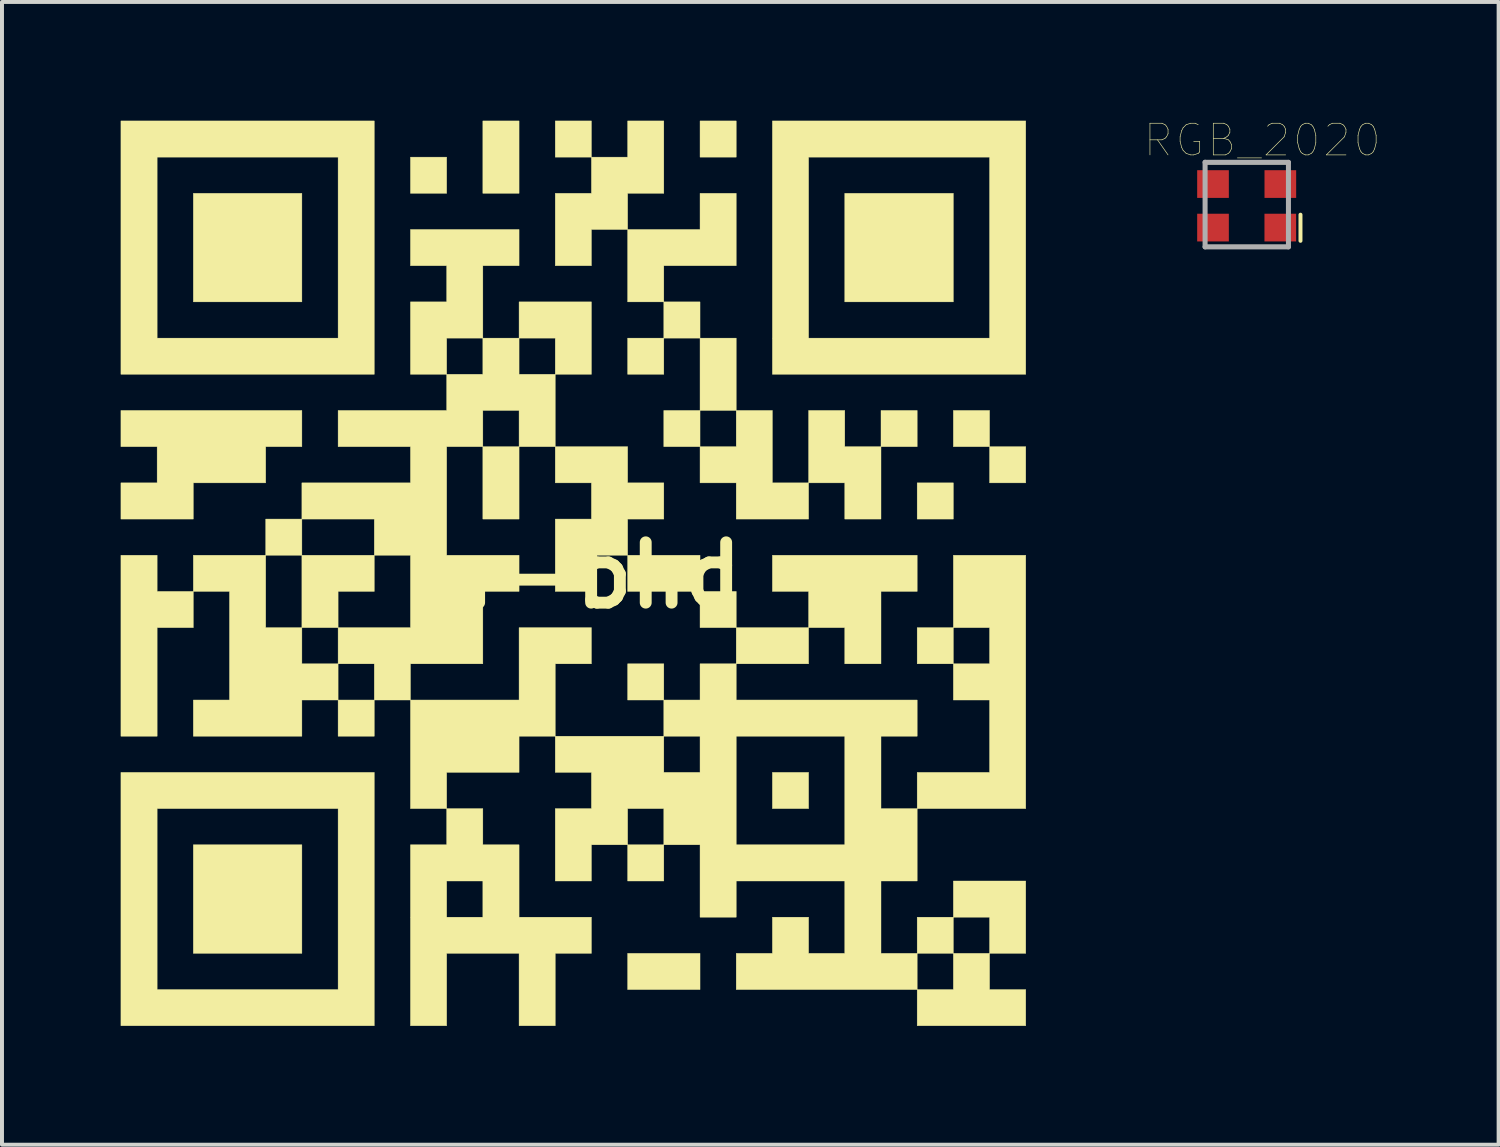
<source format=kicad_pcb>
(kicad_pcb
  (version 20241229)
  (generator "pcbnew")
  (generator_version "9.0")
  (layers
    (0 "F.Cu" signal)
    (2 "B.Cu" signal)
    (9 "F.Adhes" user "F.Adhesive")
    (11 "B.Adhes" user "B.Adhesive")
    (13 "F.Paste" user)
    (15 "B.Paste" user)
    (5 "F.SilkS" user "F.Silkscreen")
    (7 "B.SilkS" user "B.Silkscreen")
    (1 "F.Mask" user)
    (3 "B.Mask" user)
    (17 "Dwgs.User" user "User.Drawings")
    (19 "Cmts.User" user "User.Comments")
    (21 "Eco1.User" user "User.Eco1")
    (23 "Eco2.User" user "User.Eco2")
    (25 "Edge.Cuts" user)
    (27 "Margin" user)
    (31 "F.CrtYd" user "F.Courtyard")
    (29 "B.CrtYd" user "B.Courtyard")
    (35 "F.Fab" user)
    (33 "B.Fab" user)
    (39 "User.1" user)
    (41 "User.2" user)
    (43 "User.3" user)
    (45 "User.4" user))
  (footprint "qr-bhd"
    (layer "F.Cu")
    (at 11.486 11.486)
    (property "Reference" "qr-bhd" (at 0 0 0) (layer "F.SilkS") (effects (font (size 1.524 1.524) (thickness 0.3))))
    (attr through_hole)
    (fp_poly (pts (xy -6.909 -6.909) (xy -9.652 -6.909) (xy -9.652 -9.652) (xy -6.909 -9.652) (xy -6.909 -6.909)) (stroke (width 0.01) (type solid)) (fill yes) (layer "F.SilkS"))
    (fp_poly (pts (xy -6.909 9.55) (xy -9.652 9.55) (xy -9.652 6.807) (xy -6.909 6.807) (xy -6.909 9.55)) (stroke (width 0.01) (type solid)) (fill yes) (layer "F.SilkS"))
    (fp_poly (pts (xy -3.251 -9.652) (xy -4.166 -9.652) (xy -4.166 -10.566) (xy -3.251 -10.566) (xy -3.251 -9.652)) (stroke (width 0.01) (type solid)) (fill yes) (layer "F.SilkS"))
    (fp_poly (pts (xy -1.422 -9.652) (xy -2.337 -9.652) (xy -2.337 -11.481) (xy -1.422 -11.481) (xy -1.422 -9.652)) (stroke (width 0.01) (type solid)) (fill yes) (layer "F.SilkS"))
    (fp_poly (pts (xy -1.422 -1.422) (xy -2.337 -1.422) (xy -2.337 -3.251) (xy -1.422 -3.251) (xy -1.422 -1.422)) (stroke (width 0.01) (type solid)) (fill yes) (layer "F.SilkS"))
    (fp_poly (pts (xy -0.508 -10.566) (xy -0.508 -11.481) (xy 0.406 -11.481) (xy 0.406 -10.566) (xy -0.508 -10.566)) (stroke (width 0.01) (type solid)) (fill yes) (layer "F.SilkS"))
    (fp_poly (pts (xy 1.321 0.406) (xy 1.321 -0.508) (xy 3.15 -0.508) (xy 3.15 0.406) (xy 1.321 0.406)) (stroke (width 0.01) (type solid)) (fill yes) (layer "F.SilkS"))
    (fp_poly (pts (xy 2.235 -6.909) (xy 3.15 -6.909) (xy 3.15 -5.994) (xy 2.235 -5.994) (xy 2.235 -6.909)) (stroke (width 0.01) (type solid)) (fill yes) (layer "F.SilkS"))
    (fp_poly (pts (xy 2.235 -5.08) (xy 1.321 -5.08) (xy 1.321 -5.994) (xy 2.235 -5.994) (xy 2.235 -5.08)) (stroke (width 0.01) (type solid)) (fill yes) (layer "F.SilkS"))
    (fp_poly (pts (xy 2.235 -3.251) (xy 2.235 -4.166) (xy 3.15 -4.166) (xy 3.15 -3.251) (xy 2.235 -3.251)) (stroke (width 0.01) (type solid)) (fill yes) (layer "F.SilkS"))
    (fp_poly (pts (xy 2.235 3.15) (xy 1.321 3.15) (xy 1.321 2.235) (xy 2.235 2.235) (xy 2.235 3.15)) (stroke (width 0.01) (type solid)) (fill yes) (layer "F.SilkS"))
    (fp_poly (pts (xy 3.15 -5.994) (xy 4.064 -5.994) (xy 4.064 -4.166) (xy 3.15 -4.166) (xy 3.15 -5.994)) (stroke (width 0.01) (type solid)) (fill yes) (layer "F.SilkS"))
    (fp_poly (pts (xy 3.15 1.321) (xy 3.15 0.406) (xy 4.064 0.406) (xy 4.064 1.321) (xy 3.15 1.321)) (stroke (width 0.01) (type solid)) (fill yes) (layer "F.SilkS"))
    (fp_poly (pts (xy 3.15 10.465) (xy 1.321 10.465) (xy 1.321 9.55) (xy 3.15 9.55) (xy 3.15 10.465)) (stroke (width 0.01) (type solid)) (fill yes) (layer "F.SilkS"))
    (fp_poly (pts (xy 4.064 -10.566) (xy 3.15 -10.566) (xy 3.15 -11.481) (xy 4.064 -11.481) (xy 4.064 -10.566)) (stroke (width 0.01) (type solid)) (fill yes) (layer "F.SilkS"))
    (fp_poly (pts (xy 5.893 2.235) (xy 4.064 2.235) (xy 4.064 1.321) (xy 5.893 1.321) (xy 5.893 2.235)) (stroke (width 0.01) (type solid)) (fill yes) (layer "F.SilkS"))
    (fp_poly (pts (xy 5.893 5.893) (xy 4.978 5.893) (xy 4.978 4.978) (xy 5.893 4.978) (xy 5.893 5.893)) (stroke (width 0.01) (type solid)) (fill yes) (layer "F.SilkS"))
    (fp_poly (pts (xy 7.722 -4.166) (xy 8.636 -4.166) (xy 8.636 -3.251) (xy 7.722 -3.251) (xy 7.722 -4.166)) (stroke (width 0.01) (type solid)) (fill yes) (layer "F.SilkS"))
    (fp_poly (pts (xy 9.55 -6.909) (xy 6.807 -6.909) (xy 6.807 -9.652) (xy 9.55 -9.652) (xy 9.55 -6.909)) (stroke (width 0.01) (type solid)) (fill yes) (layer "F.SilkS"))
    (fp_poly (pts (xy 9.55 -3.251) (xy 9.55 -4.166) (xy 10.465 -4.166) (xy 10.465 -3.251) (xy 9.55 -3.251)) (stroke (width 0.01) (type solid)) (fill yes) (layer "F.SilkS"))
    (fp_poly (pts (xy 9.55 -1.422) (xy 8.636 -1.422) (xy 8.636 -2.337) (xy 9.55 -2.337) (xy 9.55 -1.422)) (stroke (width 0.01) (type solid)) (fill yes) (layer "F.SilkS"))
    (fp_poly (pts (xy 11.379 -3.251) (xy 11.379 -2.337) (xy 10.465 -2.337) (xy 10.465 -3.251) (xy 11.379 -3.251)) (stroke (width 0.01) (type solid)) (fill yes) (layer "F.SilkS"))
    (fp_poly (pts (xy -5.08 0.406) (xy -5.994 0.406) (xy -5.994 1.321) (xy -6.909 1.321) (xy -6.909 -0.508) (xy -5.08 -0.508) (xy -5.08 0.406)) (stroke (width 0.01) (type solid)) (fill yes) (layer "F.SilkS"))
    (fp_poly (pts (xy -9.652 1.321) (xy -10.566 1.321) (xy -10.566 4.064) (xy -11.481 4.064) (xy -11.481 -0.508) (xy -10.566 -0.508) (xy -10.566 0.406) (xy -9.652 0.406) (xy -9.652 1.321)) (stroke (width 0.01) (type solid)) (fill yes) (layer "F.SilkS"))
    (fp_poly (pts (xy 1.321 -6.909) (xy 1.321 -8.738) (xy 3.15 -8.738) (xy 3.15 -9.652) (xy 4.064 -9.652) (xy 4.064 -7.823) (xy 2.235 -7.823) (xy 2.235 -6.909) (xy 1.321 -6.909)) (stroke (width 0.01) (type solid)) (fill yes) (layer "F.SilkS"))
    (fp_poly (pts (xy 7.722 -1.422) (xy 6.807 -1.422) (xy 6.807 -2.337) (xy 5.893 -2.337) (xy 5.893 -4.166) (xy 6.807 -4.166) (xy 6.807 -3.251) (xy 7.722 -3.251) (xy 7.722 -1.422)) (stroke (width 0.01) (type solid)) (fill yes) (layer "F.SilkS"))
    (fp_poly (pts (xy 5.893 -1.422) (xy 4.064 -1.422) (xy 4.064 -2.337) (xy 3.15 -2.337) (xy 3.15 -3.251) (xy 4.064 -3.251) (xy 4.064 -4.166) (xy 4.978 -4.166) (xy 4.978 -2.337) (xy 5.893 -2.337) (xy 5.893 -1.422)) (stroke (width 0.01) (type solid)) (fill yes) (layer "F.SilkS"))
    (fp_poly (pts (xy 5.893 0.406) (xy 4.978 0.406) (xy 4.978 -0.508) (xy 8.636 -0.508) (xy 8.636 0.406) (xy 7.722 0.406) (xy 7.722 2.235) (xy 6.807 2.235) (xy 6.807 1.321) (xy 5.893 1.321) (xy 5.893 0.406)) (stroke (width 0.01) (type solid)) (fill yes) (layer "F.SilkS"))
    (fp_poly (pts (xy -5.08 -5.08) (xy -11.481 -5.08) (xy -11.481 -10.566) (xy -10.566 -10.566) (xy -10.566 -5.994) (xy -5.994 -5.994) (xy -5.994 -10.566) (xy -10.566 -10.566) (xy -11.481 -10.566) (xy -11.481 -11.481) (xy -5.08 -11.481) (xy -5.08 -5.08)) (stroke (width 0.01) (type solid)) (fill yes) (layer "F.SilkS"))
    (fp_poly (pts (xy -5.08 11.379) (xy -11.481 11.379) (xy -11.481 5.893) (xy -10.566 5.893) (xy -10.566 10.465) (xy -5.994 10.465) (xy -5.994 5.893) (xy -10.566 5.893) (xy -11.481 5.893) (xy -11.481 4.978) (xy -5.08 4.978) (xy -5.08 11.379)) (stroke (width 0.01) (type solid)) (fill yes) (layer "F.SilkS"))
    (fp_poly (pts (xy 11.379 -5.08) (xy 4.978 -5.08) (xy 4.978 -10.566) (xy 5.893 -10.566) (xy 5.893 -5.994) (xy 10.465 -5.994) (xy 10.465 -10.566) (xy 5.893 -10.566) (xy 4.978 -10.566) (xy 4.978 -11.481) (xy 11.379 -11.481) (xy 11.379 -5.08)) (stroke (width 0.01) (type solid)) (fill yes) (layer "F.SilkS"))
    (fp_poly (pts (xy -6.909 -3.251) (xy -7.823 -3.251) (xy -7.823 -2.337) (xy -9.652 -2.337) (xy -9.652 -1.422) (xy -11.481 -1.422) (xy -11.481 -2.337) (xy -10.566 -2.337) (xy -10.566 -3.251) (xy -11.481 -3.251) (xy -11.481 -4.166) (xy -6.909 -4.166) (xy -6.909 -3.251)) (stroke (width 0.01) (type solid)) (fill yes) (layer "F.SilkS"))
    (fp_poly (pts (xy -4.166 5.893) (xy -4.166 3.15) (xy -1.422 3.15) (xy -1.422 1.321) (xy 0.406 1.321) (xy 0.406 2.235) (xy -0.508 2.235) (xy -0.508 4.064) (xy -1.422 4.064) (xy -1.422 4.978) (xy -3.251 4.978) (xy -3.251 5.893) (xy -4.166 5.893)) (stroke (width 0.01) (type solid)) (fill yes) (layer "F.SilkS"))
    (fp_poly (pts (xy 0.406 -8.738) (xy 0.406 -7.823) (xy -0.508 -7.823) (xy -0.508 -9.652) (xy 0.406 -9.652) (xy 0.406 -10.566) (xy 1.321 -10.566) (xy 1.321 -11.481) (xy 2.235 -11.481) (xy 2.235 -9.652) (xy 1.321 -9.652) (xy 1.321 -8.738) (xy 0.406 -8.738)) (stroke (width 0.01) (type solid)) (fill yes) (layer "F.SilkS"))
    (fp_poly (pts (xy 1.321 -3.251) (xy 1.321 -2.337) (xy 2.235 -2.337) (xy 2.235 -1.422) (xy 1.321 -1.422) (xy 1.321 -0.508) (xy 0.406 -0.508) (xy 0.406 0.406) (xy -0.508 0.406) (xy -0.508 -1.422) (xy 0.406 -1.422) (xy 0.406 -2.337) (xy -0.508 -2.337) (xy -0.508 -3.251) (xy 1.321 -3.251)) (stroke (width 0.01) (type solid)) (fill yes) (layer "F.SilkS"))
    (fp_poly (pts (xy 8.636 4.978) (xy 10.465 4.978) (xy 10.465 3.15) (xy 9.55 3.15) (xy 9.55 2.235) (xy 8.636 2.235) (xy 8.636 1.321) (xy 9.55 1.321) (xy 9.55 2.235) (xy 10.465 2.235) (xy 10.465 1.321) (xy 9.55 1.321) (xy 9.55 -0.508) (xy 11.379 -0.508) (xy 11.379 5.893) (xy 8.636 5.893) (xy 8.636 4.978)) (stroke (width 0.01) (type solid)) (fill yes) (layer "F.SilkS"))
    (fp_poly (pts (xy -2.337 5.893) (xy -2.337 6.807) (xy -1.422 6.807) (xy -1.422 8.636) (xy 0.406 8.636) (xy 0.406 9.55) (xy -0.508 9.55) (xy -0.508 11.379) (xy -1.422 11.379) (xy -1.422 9.55) (xy -3.251 9.55) (xy -3.251 11.379) (xy -4.166 11.379) (xy -4.166 7.722) (xy -3.251 7.722) (xy -3.251 8.636) (xy -2.337 8.636) (xy -2.337 7.722) (xy -3.251 7.722) (xy -4.166 7.722) (xy -4.166 6.807) (xy -3.251 6.807) (xy -3.251 5.893) (xy -2.337 5.893)) (stroke (width 0.01) (type solid)) (fill yes) (layer "F.SilkS"))
    (fp_poly (pts (xy 8.636 7.722) (xy 7.722 7.722) (xy 7.722 9.55) (xy 8.636 9.55) (xy 8.636 10.465) (xy 9.55 10.465) (xy 9.55 9.55) (xy 8.636 9.55) (xy 8.636 8.636) (xy 9.55 8.636) (xy 9.55 9.55) (xy 10.465 9.55) (xy 10.465 8.636) (xy 9.55 8.636) (xy 9.55 7.722) (xy 11.379 7.722) (xy 11.379 9.55) (xy 10.465 9.55) (xy 10.465 10.465) (xy 11.379 10.465) (xy 11.379 11.379) (xy 8.636 11.379) (xy 8.636 10.465) (xy 4.064 10.465) (xy 4.064 9.55) (xy 4.978 9.55) (xy 4.978 8.636) (xy 5.893 8.636) (xy 5.893 9.55) (xy 6.807 9.55) (xy 6.807 7.722) (xy 4.064 7.722) (xy 4.064 8.636) (xy 3.15 8.636) (xy 3.15 6.807) (xy 2.235 6.807) (xy 2.235 7.722) (xy 1.321 7.722) (xy 1.321 6.807) (xy 0.406 6.807) (xy 0.406 7.722) (xy -0.508 7.722) (xy -0.508 5.893) (xy 0.406 5.893) (xy 1.321 5.893) (xy 1.321 6.807) (xy 2.235 6.807) (xy 2.235 5.893) (xy 1.321 5.893) (xy 0.406 5.893) (xy 0.406 4.978) (xy -0.508 4.978) (xy -0.508 4.064) (xy 2.235 4.064) (xy 2.235 4.978) (xy 3.15 4.978) (xy 3.15 4.064) (xy 4.064 4.064) (xy 4.064 6.807) (xy 6.807 6.807) (xy 6.807 4.064) (xy 4.064 4.064) (xy 3.15 4.064) (xy 2.235 4.064) (xy 2.235 3.15) (xy 3.15 3.15) (xy 3.15 2.235) (xy 4.064 2.235) (xy 4.064 3.15) (xy 8.636 3.15) (xy 8.636 4.064) (xy 7.722 4.064) (xy 7.722 5.893) (xy 8.636 5.893) (xy 8.636 7.722)) (stroke (width 0.01) (type solid)) (fill yes) (layer "F.SilkS"))
    (fp_poly (pts (xy -1.422 -3.251) (xy -1.422 -4.166) (xy -2.337 -4.166) (xy -2.337 -3.251) (xy -3.251 -3.251) (xy -3.251 -0.508) (xy -1.422 -0.508) (xy -1.422 0.406) (xy -2.337 0.406) (xy -2.337 2.235) (xy -4.166 2.235) (xy -4.166 3.15) (xy -5.08 3.15) (xy -5.08 4.064) (xy -5.994 4.064) (xy -5.994 3.15) (xy -5.08 3.15) (xy -5.08 2.235) (xy -5.994 2.235) (xy -5.994 3.15) (xy -6.909 3.15) (xy -6.909 4.064) (xy -9.652 4.064) (xy -9.652 3.15) (xy -8.738 3.15) (xy -8.738 0.406) (xy -9.652 0.406) (xy -9.652 -0.508) (xy -7.823 -0.508) (xy -7.823 1.321) (xy -6.909 1.321) (xy -6.909 2.235) (xy -5.994 2.235) (xy -5.994 1.321) (xy -4.166 1.321) (xy -4.166 -0.508) (xy -5.08 -0.508) (xy -5.08 -1.422) (xy -6.909 -1.422) (xy -6.909 -0.508) (xy -7.823 -0.508) (xy -7.823 -1.422) (xy -6.909 -1.422) (xy -6.909 -2.337) (xy -4.166 -2.337) (xy -4.166 -3.251) (xy -5.994 -3.251) (xy -5.994 -4.166) (xy -3.251 -4.166) (xy -3.251 -5.08) (xy -4.166 -5.08) (xy -4.166 -5.994) (xy -3.251 -5.994) (xy -3.251 -5.08) (xy -2.337 -5.08) (xy -2.337 -5.994) (xy -3.251 -5.994) (xy -4.166 -5.994) (xy -4.166 -6.909) (xy -3.251 -6.909) (xy -3.251 -7.823) (xy -4.166 -7.823) (xy -4.166 -8.738) (xy -1.422 -8.738) (xy -1.422 -7.823) (xy -2.337 -7.823) (xy -2.337 -5.994) (xy -1.422 -5.994) (xy -1.422 -5.08) (xy -0.508 -5.08) (xy -0.508 -5.994) (xy -1.422 -5.994) (xy -1.422 -6.909) (xy 0.406 -6.909) (xy 0.406 -5.08) (xy -0.508 -5.08) (xy -0.508 -3.251) (xy -1.422 -3.251)) (stroke (width 0.01) (type solid)) (fill yes) (layer "F.SilkS")))
  (footprint "RGB_2020"
    (layer "F.Cu")
    (at 29.146 2.45)
    (property "Reference" "RGB_2020" (at -0.305 -1.956 0) (layer "F.SilkS") (effects (font (size 0.8 0.8) (thickness 0.015))))
    (attr through_hole)
    (fp_line (start -1.753 -1.397) (end 0.356 -1.397) (stroke (width 0.1) (type solid)) (layer "F.SilkS"))
    (fp_line (start -1.753 0.737) (end 0.356 0.737) (stroke (width 0.1) (type solid)) (layer "F.SilkS"))
    (fp_line (start 0.66 0.584) (end 0.66 -0.076) (stroke (width 0.1) (type solid)) (layer "F.SilkS"))
    (fp_line (start -1.75 -1.4) (end 0.356 -1.4) (stroke (width 0.127) (type solid)) (layer "F.Fab"))
    (fp_line (start -1.75 0.737) (end -1.75 -1.4) (stroke (width 0.127) (type solid)) (layer "F.Fab"))
    (fp_line (start 0.356 -1.397) (end 0.356 0.737) (stroke (width 0.127) (type solid)) (layer "F.Fab"))
    (fp_line (start 0.356 0.737) (end -1.75 0.737) (stroke (width 0.127) (type solid)) (layer "F.Fab"))
    (pad "1" smd rect (at 0.15 0.25) (size 0.8 0.7) (layers "F.Cu" "F.Mask" "F.Paste"))
    (pad "2" smd rect (at -1.55 0.25) (size 0.8 0.7) (layers "F.Cu" "F.Mask" "F.Paste"))
    (pad "3" smd rect (at -1.55 -0.85) (size 0.8 0.7) (layers "F.Cu" "F.Mask" "F.Paste"))
    (pad "4" smd rect (at 0.151 -0.85) (size 0.8 0.7) (layers "F.Cu" "F.Mask" "F.Paste")))
  (gr_rect
    (start -3 -3)
    (end 34.812 25.87)
    (stroke (width 0.1) (type default))
    (fill no)
    (layer "Edge.Cuts")))
</source>
